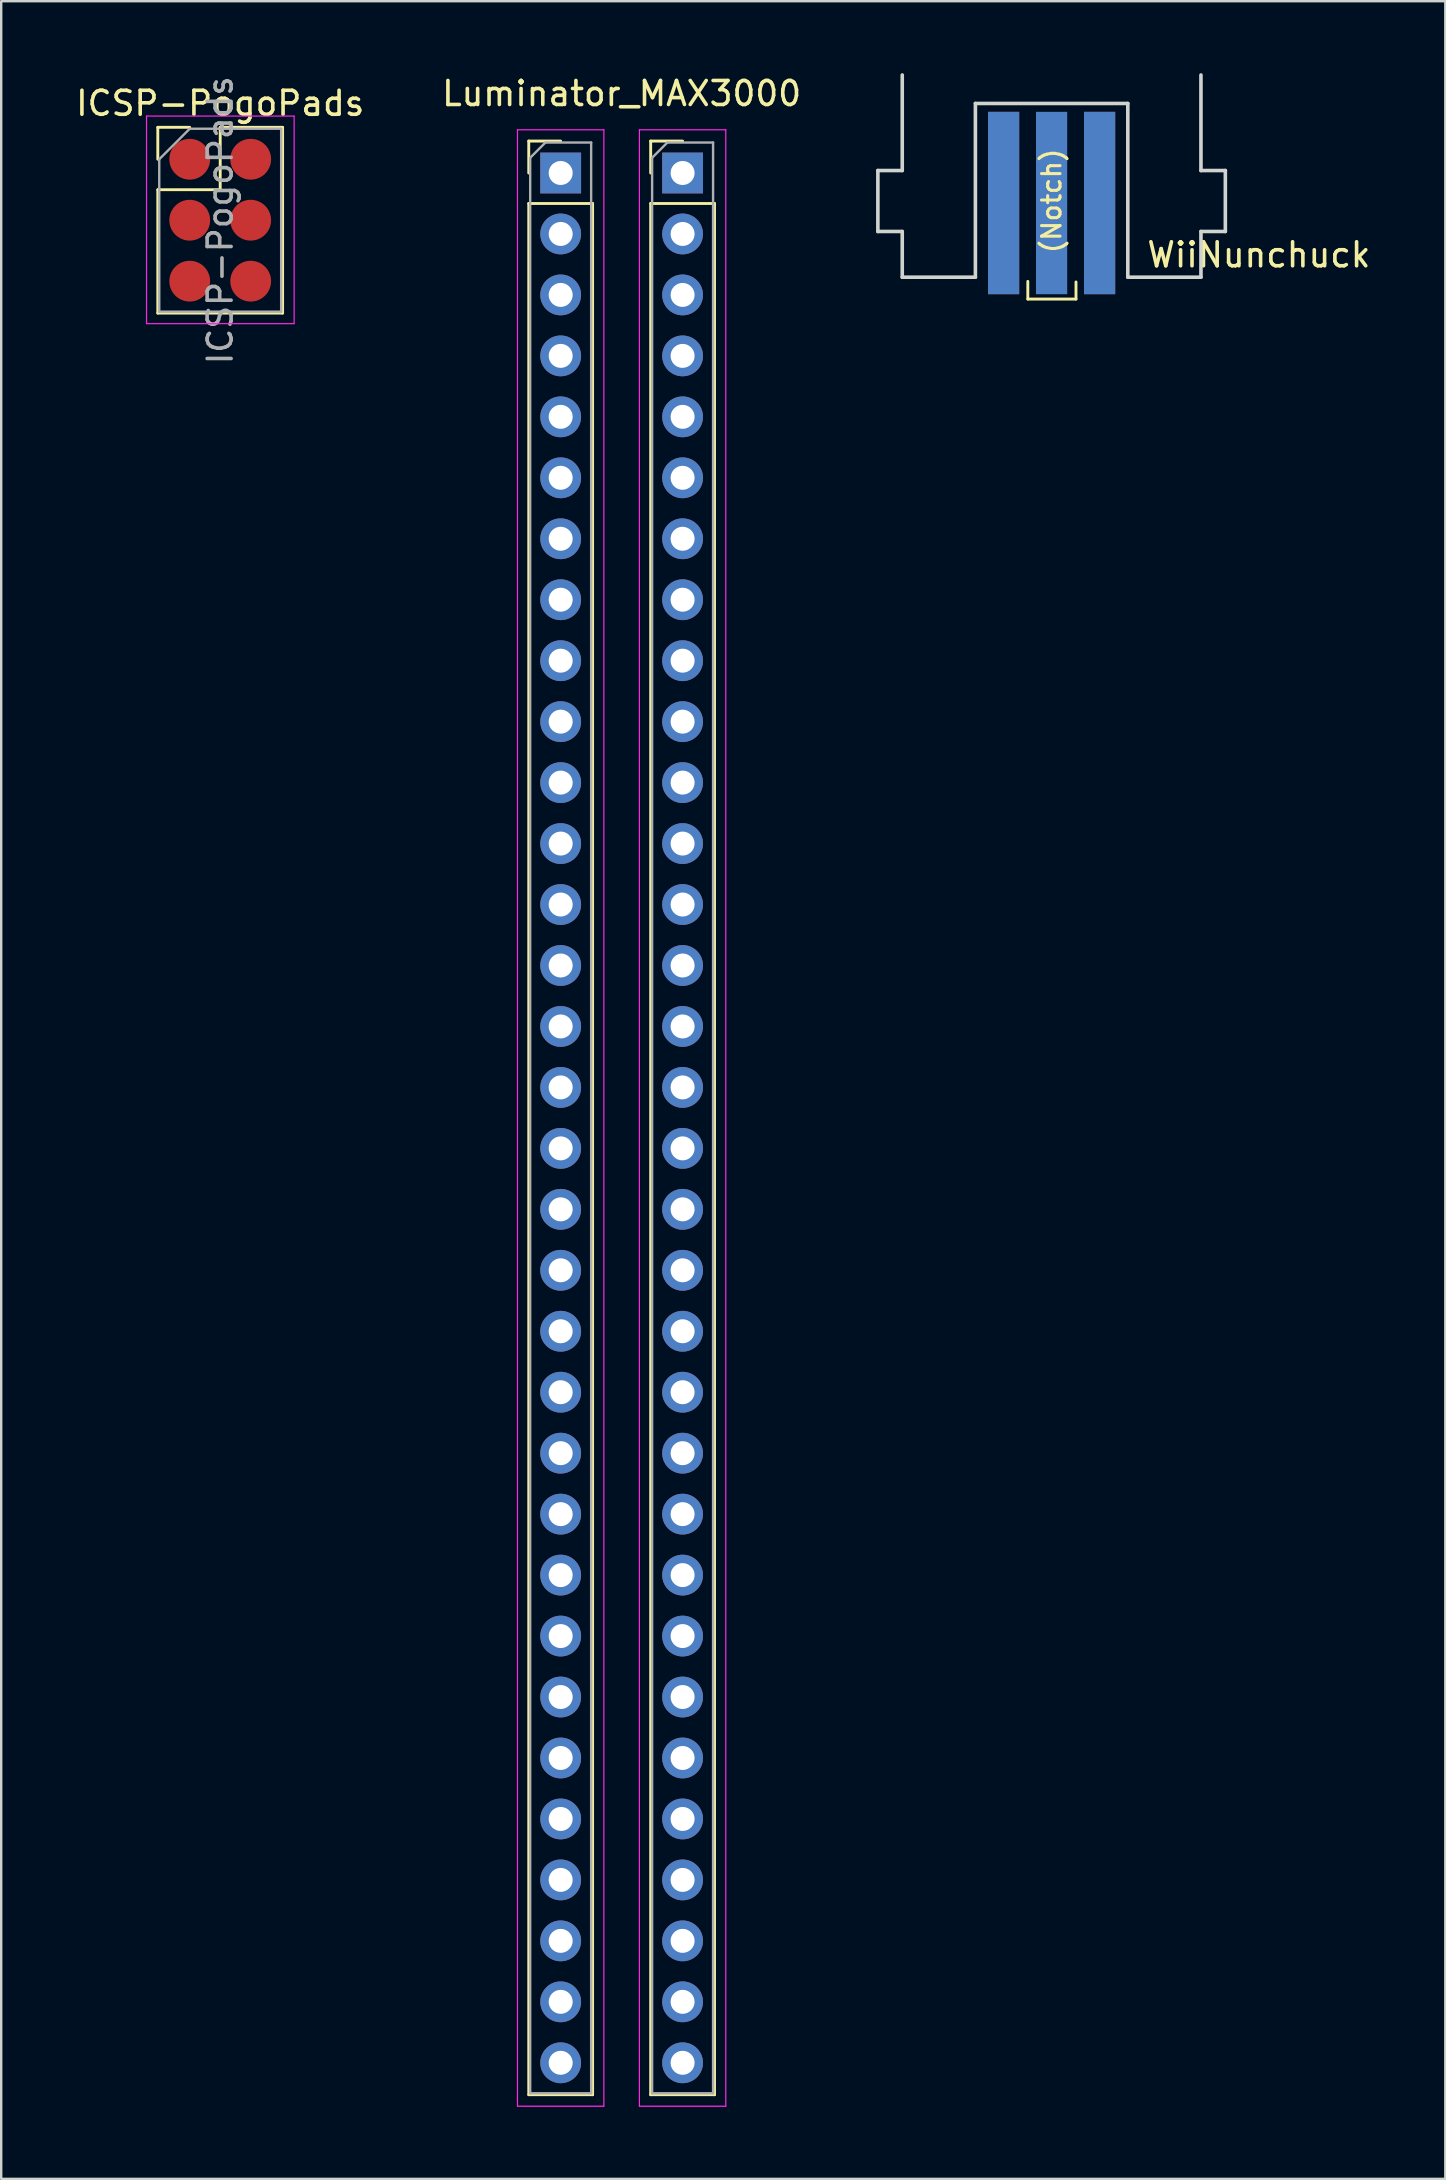
<source format=kicad_pcb>
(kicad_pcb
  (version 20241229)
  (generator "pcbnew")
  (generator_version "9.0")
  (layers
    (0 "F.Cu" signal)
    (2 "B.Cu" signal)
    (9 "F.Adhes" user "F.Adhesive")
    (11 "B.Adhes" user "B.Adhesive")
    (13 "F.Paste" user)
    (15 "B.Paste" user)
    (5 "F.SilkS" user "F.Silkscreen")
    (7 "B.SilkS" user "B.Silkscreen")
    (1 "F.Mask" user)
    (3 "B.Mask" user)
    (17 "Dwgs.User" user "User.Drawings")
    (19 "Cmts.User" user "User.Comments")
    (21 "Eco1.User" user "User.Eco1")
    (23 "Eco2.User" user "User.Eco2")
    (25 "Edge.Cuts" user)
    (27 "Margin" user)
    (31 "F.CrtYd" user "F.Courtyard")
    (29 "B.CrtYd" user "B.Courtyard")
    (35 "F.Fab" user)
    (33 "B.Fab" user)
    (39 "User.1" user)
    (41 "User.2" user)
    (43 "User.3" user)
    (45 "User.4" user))
  (footprint "Luminator_MAX3000"
    (layer "F.Cu")
    (at 22.851 43.528)
    (property "Reference" "Luminator_MAX3000" (at 0 -42.68 0) (layer "F.SilkS") (effects (font (size 1 1) (thickness 0.15))))
    (attr through_hole)
    (fp_line (start -3.87 -40.7) (end -2.54 -40.7) (stroke (width 0.12) (type solid)) (layer "F.SilkS"))
    (fp_line (start -3.87 -39.37) (end -3.87 -40.7) (stroke (width 0.12) (type solid)) (layer "F.SilkS"))
    (fp_line (start -3.87 -38.1) (end -3.87 40.7) (stroke (width 0.12) (type solid)) (layer "F.SilkS"))
    (fp_line (start -3.87 -38.1) (end -1.21 -38.1) (stroke (width 0.12) (type solid)) (layer "F.SilkS"))
    (fp_line (start -3.87 40.7) (end -1.21 40.7) (stroke (width 0.12) (type solid)) (layer "F.SilkS"))
    (fp_line (start -1.21 -38.1) (end -1.21 40.7) (stroke (width 0.12) (type solid)) (layer "F.SilkS"))
    (fp_line (start 1.21 -40.7) (end 2.54 -40.7) (stroke (width 0.12) (type solid)) (layer "F.SilkS"))
    (fp_line (start 1.21 -39.37) (end 1.21 -40.7) (stroke (width 0.12) (type solid)) (layer "F.SilkS"))
    (fp_line (start 1.21 -38.1) (end 1.21 40.7) (stroke (width 0.12) (type solid)) (layer "F.SilkS"))
    (fp_line (start 1.21 -38.1) (end 3.87 -38.1) (stroke (width 0.12) (type solid)) (layer "F.SilkS"))
    (fp_line (start 1.21 40.7) (end 3.87 40.7) (stroke (width 0.12) (type solid)) (layer "F.SilkS"))
    (fp_line (start 3.87 -38.1) (end 3.87 40.7) (stroke (width 0.12) (type solid)) (layer "F.SilkS"))
    (fp_line (start -4.34 -41.17) (end -4.34 41.18) (stroke (width 0.05) (type solid)) (layer "F.CrtYd"))
    (fp_line (start -4.34 41.18) (end -0.74 41.18) (stroke (width 0.05) (type solid)) (layer "F.CrtYd"))
    (fp_line (start -0.74 -41.17) (end -4.34 -41.17) (stroke (width 0.05) (type solid)) (layer "F.CrtYd"))
    (fp_line (start -0.74 41.18) (end -0.74 -41.17) (stroke (width 0.05) (type solid)) (layer "F.CrtYd"))
    (fp_line (start 0.74 -41.17) (end 0.74 41.18) (stroke (width 0.05) (type solid)) (layer "F.CrtYd"))
    (fp_line (start 0.74 41.18) (end 4.34 41.18) (stroke (width 0.05) (type solid)) (layer "F.CrtYd"))
    (fp_line (start 4.34 -41.17) (end 0.74 -41.17) (stroke (width 0.05) (type solid)) (layer "F.CrtYd"))
    (fp_line (start 4.34 41.18) (end 4.34 -41.17) (stroke (width 0.05) (type solid)) (layer "F.CrtYd"))
    (fp_line (start -3.81 -40.005) (end -3.175 -40.64) (stroke (width 0.1) (type solid)) (layer "F.Fab"))
    (fp_line (start -3.81 40.64) (end -3.81 -40.005) (stroke (width 0.1) (type solid)) (layer "F.Fab"))
    (fp_line (start -3.175 -40.64) (end -1.27 -40.64) (stroke (width 0.1) (type solid)) (layer "F.Fab"))
    (fp_line (start -1.27 -40.64) (end -1.27 40.64) (stroke (width 0.1) (type solid)) (layer "F.Fab"))
    (fp_line (start -1.27 40.64) (end -3.81 40.64) (stroke (width 0.1) (type solid)) (layer "F.Fab"))
    (fp_line (start 1.27 -40.005) (end 1.905 -40.64) (stroke (width 0.1) (type solid)) (layer "F.Fab"))
    (fp_line (start 1.27 40.64) (end 1.27 -40.005) (stroke (width 0.1) (type solid)) (layer "F.Fab"))
    (fp_line (start 1.905 -40.64) (end 3.81 -40.64) (stroke (width 0.1) (type solid)) (layer "F.Fab"))
    (fp_line (start 3.81 -40.64) (end 3.81 40.64) (stroke (width 0.1) (type solid)) (layer "F.Fab"))
    (fp_line (start 3.81 40.64) (end 1.27 40.64) (stroke (width 0.1) (type solid)) (layer "F.Fab"))
    (pad "1" thru_hole rect (at -2.54 -39.37) (size 1.7 1.7) (drill 1) (layers "*.Cu" "*.Mask"))
    (pad "2" thru_hole rect (at 2.54 -39.37) (size 1.7 1.7) (drill 1) (layers "*.Cu" "*.Mask"))
    (pad "3" thru_hole oval (at -2.54 -36.83) (size 1.7 1.7) (drill 1) (layers "*.Cu" "*.Mask"))
    (pad "4" thru_hole oval (at 2.54 -36.83) (size 1.7 1.7) (drill 1) (layers "*.Cu" "*.Mask"))
    (pad "5" thru_hole oval (at -2.54 -34.29) (size 1.7 1.7) (drill 1) (layers "*.Cu" "*.Mask"))
    (pad "6" thru_hole oval (at 2.54 -34.29) (size 1.7 1.7) (drill 1) (layers "*.Cu" "*.Mask"))
    (pad "7" thru_hole oval (at -2.54 -31.75) (size 1.7 1.7) (drill 1) (layers "*.Cu" "*.Mask"))
    (pad "8" thru_hole oval (at 2.54 -31.75) (size 1.7 1.7) (drill 1) (layers "*.Cu" "*.Mask"))
    (pad "9" thru_hole oval (at -2.54 -29.21) (size 1.7 1.7) (drill 1) (layers "*.Cu" "*.Mask"))
    (pad "10" thru_hole oval (at 2.54 -29.21) (size 1.7 1.7) (drill 1) (layers "*.Cu" "*.Mask"))
    (pad "11" thru_hole oval (at -2.54 -26.67) (size 1.7 1.7) (drill 1) (layers "*.Cu" "*.Mask"))
    (pad "12" thru_hole oval (at 2.54 -26.67) (size 1.7 1.7) (drill 1) (layers "*.Cu" "*.Mask"))
    (pad "13" thru_hole oval (at -2.54 -24.13) (size 1.7 1.7) (drill 1) (layers "*.Cu" "*.Mask"))
    (pad "14" thru_hole oval (at 2.54 -24.13) (size 1.7 1.7) (drill 1) (layers "*.Cu" "*.Mask"))
    (pad "15" thru_hole oval (at -2.54 -21.59) (size 1.7 1.7) (drill 1) (layers "*.Cu" "*.Mask"))
    (pad "16" thru_hole oval (at 2.54 -21.59) (size 1.7 1.7) (drill 1) (layers "*.Cu" "*.Mask"))
    (pad "17" thru_hole oval (at -2.54 -19.05) (size 1.7 1.7) (drill 1) (layers "*.Cu" "*.Mask"))
    (pad "18" thru_hole oval (at 2.54 -19.05) (size 1.7 1.7) (drill 1) (layers "*.Cu" "*.Mask"))
    (pad "19" thru_hole oval (at -2.54 -16.51) (size 1.7 1.7) (drill 1) (layers "*.Cu" "*.Mask"))
    (pad "20" thru_hole oval (at 2.54 -16.51) (size 1.7 1.7) (drill 1) (layers "*.Cu" "*.Mask"))
    (pad "21" thru_hole oval (at -2.54 -13.97) (size 1.7 1.7) (drill 1) (layers "*.Cu" "*.Mask"))
    (pad "22" thru_hole oval (at 2.54 -13.97) (size 1.7 1.7) (drill 1) (layers "*.Cu" "*.Mask"))
    (pad "23" thru_hole oval (at -2.54 -11.43) (size 1.7 1.7) (drill 1) (layers "*.Cu" "*.Mask"))
    (pad "24" thru_hole oval (at 2.54 -11.43) (size 1.7 1.7) (drill 1) (layers "*.Cu" "*.Mask"))
    (pad "25" thru_hole oval (at -2.54 -8.89) (size 1.7 1.7) (drill 1) (layers "*.Cu" "*.Mask"))
    (pad "26" thru_hole oval (at 2.54 -8.89) (size 1.7 1.7) (drill 1) (layers "*.Cu" "*.Mask"))
    (pad "27" thru_hole oval (at -2.54 -6.35) (size 1.7 1.7) (drill 1) (layers "*.Cu" "*.Mask"))
    (pad "28" thru_hole oval (at 2.54 -6.35) (size 1.7 1.7) (drill 1) (layers "*.Cu" "*.Mask"))
    (pad "29" thru_hole oval (at -2.54 -3.81) (size 1.7 1.7) (drill 1) (layers "*.Cu" "*.Mask"))
    (pad "30" thru_hole oval (at 2.54 -3.81) (size 1.7 1.7) (drill 1) (layers "*.Cu" "*.Mask"))
    (pad "31" thru_hole oval (at -2.54 -1.27) (size 1.7 1.7) (drill 1) (layers "*.Cu" "*.Mask"))
    (pad "32" thru_hole oval (at 2.54 -1.27) (size 1.7 1.7) (drill 1) (layers "*.Cu" "*.Mask"))
    (pad "33" thru_hole oval (at -2.54 1.27) (size 1.7 1.7) (drill 1) (layers "*.Cu" "*.Mask"))
    (pad "34" thru_hole oval (at 2.54 1.27) (size 1.7 1.7) (drill 1) (layers "*.Cu" "*.Mask"))
    (pad "35" thru_hole oval (at -2.54 3.81) (size 1.7 1.7) (drill 1) (layers "*.Cu" "*.Mask"))
    (pad "36" thru_hole oval (at 2.54 3.81) (size 1.7 1.7) (drill 1) (layers "*.Cu" "*.Mask"))
    (pad "37" thru_hole oval (at -2.54 6.35) (size 1.7 1.7) (drill 1) (layers "*.Cu" "*.Mask"))
    (pad "38" thru_hole oval (at 2.54 6.35) (size 1.7 1.7) (drill 1) (layers "*.Cu" "*.Mask"))
    (pad "39" thru_hole oval (at -2.54 8.89) (size 1.7 1.7) (drill 1) (layers "*.Cu" "*.Mask"))
    (pad "40" thru_hole oval (at 2.54 8.89) (size 1.7 1.7) (drill 1) (layers "*.Cu" "*.Mask"))
    (pad "41" thru_hole oval (at -2.54 11.43) (size 1.7 1.7) (drill 1) (layers "*.Cu" "*.Mask"))
    (pad "42" thru_hole oval (at 2.54 11.43) (size 1.7 1.7) (drill 1) (layers "*.Cu" "*.Mask"))
    (pad "43" thru_hole oval (at -2.54 13.97) (size 1.7 1.7) (drill 1) (layers "*.Cu" "*.Mask"))
    (pad "44" thru_hole oval (at 2.54 13.97) (size 1.7 1.7) (drill 1) (layers "*.Cu" "*.Mask"))
    (pad "45" thru_hole oval (at -2.54 16.51) (size 1.7 1.7) (drill 1) (layers "*.Cu" "*.Mask"))
    (pad "46" thru_hole oval (at 2.54 16.51) (size 1.7 1.7) (drill 1) (layers "*.Cu" "*.Mask"))
    (pad "47" thru_hole oval (at -2.54 19.05) (size 1.7 1.7) (drill 1) (layers "*.Cu" "*.Mask"))
    (pad "48" thru_hole oval (at 2.54 19.05) (size 1.7 1.7) (drill 1) (layers "*.Cu" "*.Mask"))
    (pad "49" thru_hole oval (at -2.54 21.59) (size 1.7 1.7) (drill 1) (layers "*.Cu" "*.Mask"))
    (pad "50" thru_hole oval (at 2.54 21.59) (size 1.7 1.7) (drill 1) (layers "*.Cu" "*.Mask"))
    (pad "51" thru_hole oval (at -2.54 24.13) (size 1.7 1.7) (drill 1) (layers "*.Cu" "*.Mask"))
    (pad "52" thru_hole oval (at 2.54 24.13) (size 1.7 1.7) (drill 1) (layers "*.Cu" "*.Mask"))
    (pad "53" thru_hole oval (at -2.54 26.67) (size 1.7 1.7) (drill 1) (layers "*.Cu" "*.Mask"))
    (pad "54" thru_hole oval (at 2.54 26.67) (size 1.7 1.7) (drill 1) (layers "*.Cu" "*.Mask"))
    (pad "55" thru_hole oval (at -2.54 29.21) (size 1.7 1.7) (drill 1) (layers "*.Cu" "*.Mask"))
    (pad "56" thru_hole oval (at 2.54 29.21) (size 1.7 1.7) (drill 1) (layers "*.Cu" "*.Mask"))
    (pad "57" thru_hole oval (at -2.54 31.75) (size 1.7 1.7) (drill 1) (layers "*.Cu" "*.Mask"))
    (pad "58" thru_hole oval (at 2.54 31.75) (size 1.7 1.7) (drill 1) (layers "*.Cu" "*.Mask"))
    (pad "59" thru_hole oval (at -2.54 34.29) (size 1.7 1.7) (drill 1) (layers "*.Cu" "*.Mask"))
    (pad "60" thru_hole oval (at 2.54 34.29) (size 1.7 1.7) (drill 1) (layers "*.Cu" "*.Mask"))
    (pad "61" thru_hole oval (at -2.54 36.83) (size 1.7 1.7) (drill 1) (layers "*.Cu" "*.Mask"))
    (pad "62" thru_hole oval (at 2.54 36.83) (size 1.7 1.7) (drill 1) (layers "*.Cu" "*.Mask"))
    (pad "63" thru_hole oval (at -2.54 39.37) (size 1.7 1.7) (drill 1) (layers "*.Cu" "*.Mask"))
    (pad "64" thru_hole oval (at 2.54 39.37) (size 1.7 1.7) (drill 1) (layers "*.Cu" "*.Mask")))
  (footprint "ICSP-PogoPads"
    (layer "F.Cu")
    (at 4.855 3.585)
    (property "Reference" "ICSP-PogoPads" (at 1.27 -2.33 0) (layer "F.SilkS") (effects (font (size 1 1) (thickness 0.15))))
    (attr smd exclude_from_pos_files exclude_from_bom)
    (fp_line (start -1.33 -1.33) (end 0 -1.33) (stroke (width 0.12) (type solid)) (layer "F.SilkS"))
    (fp_line (start -1.33 0) (end -1.33 -1.33) (stroke (width 0.12) (type solid)) (layer "F.SilkS"))
    (fp_line (start -1.33 1.27) (end -1.33 6.41) (stroke (width 0.12) (type solid)) (layer "F.SilkS"))
    (fp_line (start -1.33 1.27) (end 1.27 1.27) (stroke (width 0.12) (type solid)) (layer "F.SilkS"))
    (fp_line (start -1.33 6.41) (end 3.87 6.41) (stroke (width 0.12) (type solid)) (layer "F.SilkS"))
    (fp_line (start 1.27 -1.33) (end 3.87 -1.33) (stroke (width 0.12) (type solid)) (layer "F.SilkS"))
    (fp_line (start 1.27 1.27) (end 1.27 -1.33) (stroke (width 0.12) (type solid)) (layer "F.SilkS"))
    (fp_line (start 3.87 -1.33) (end 3.87 6.41) (stroke (width 0.12) (type solid)) (layer "F.SilkS"))
    (fp_line (start -1.8 -1.8) (end -1.8 6.85) (stroke (width 0.05) (type solid)) (layer "F.CrtYd"))
    (fp_line (start -1.8 6.85) (end 4.35 6.85) (stroke (width 0.05) (type solid)) (layer "F.CrtYd"))
    (fp_line (start 4.35 -1.8) (end -1.8 -1.8) (stroke (width 0.05) (type solid)) (layer "F.CrtYd"))
    (fp_line (start 4.35 6.85) (end 4.35 -1.8) (stroke (width 0.05) (type solid)) (layer "F.CrtYd"))
    (fp_line (start -1.27 0) (end 0 -1.27) (stroke (width 0.1) (type solid)) (layer "F.Fab"))
    (fp_line (start -1.27 6.35) (end -1.27 0) (stroke (width 0.1) (type solid)) (layer "F.Fab"))
    (fp_line (start 0 -1.27) (end 3.81 -1.27) (stroke (width 0.1) (type solid)) (layer "F.Fab"))
    (fp_line (start 3.81 -1.27) (end 3.81 6.35) (stroke (width 0.1) (type solid)) (layer "F.Fab"))
    (fp_line (start 3.81 6.35) (end -1.27 6.35) (stroke (width 0.1) (type solid)) (layer "F.Fab"))
    (fp_text user "${REFERENCE}" (at 1.27 2.54 90) (layer "F.Fab") (effects (font (size 1 1) (thickness 0.15))))
    (pad "1" smd circle (at 0 0) (size 1.7 1.7) (layers "F.Cu" "F.Mask"))
    (pad "2" smd oval (at 2.54 0) (size 1.7 1.7) (layers "F.Cu" "F.Mask"))
    (pad "3" smd oval (at 0 2.54) (size 1.7 1.7) (layers "F.Cu" "F.Mask"))
    (pad "4" smd oval (at 2.54 2.54) (size 1.7 1.7) (layers "F.Cu" "F.Mask"))
    (pad "5" smd oval (at 0 5.08) (size 1.7 1.7) (layers "F.Cu" "F.Mask"))
    (pad "6" smd oval (at 2.54 5.08) (size 1.7 1.7) (layers "F.Cu" "F.Mask")))
  (footprint "WiiNunchuck"
    (layer "F.Cu")
    (at 40.766 5.409)
    (property "Reference" "WiiNunchuck" (at 8.636 2.159 0) (layer "F.SilkS") (effects (font (size 1 1) (thickness 0.15))))
    (attr through_hole exclude_from_pos_files exclude_from_bom)
    (fp_line (start -0.991 3.265) (end -0.991 4.002) (stroke (width 0.12) (type solid)) (layer "F.SilkS"))
    (fp_line (start -0.991 4.002) (end 1.016 4.002) (stroke (width 0.12) (type solid)) (layer "F.SilkS"))
    (fp_line (start 1.016 4.002) (end 1.016 3.29) (stroke (width 0.12) (type solid)) (layer "F.SilkS"))
    (fp_line (start -7.239 -1.354) (end -6.223 -1.354) (stroke (width 0.15) (type solid)) (layer "Edge.Cuts"))
    (fp_line (start -7.239 1.186) (end -7.239 -1.354) (stroke (width 0.15) (type solid)) (layer "Edge.Cuts"))
    (fp_line (start -6.223 -1.354) (end -6.223 -5.334) (stroke (width 0.15) (type solid)) (layer "Edge.Cuts"))
    (fp_line (start -6.223 1.186) (end -7.239 1.186) (stroke (width 0.15) (type solid)) (layer "Edge.Cuts"))
    (fp_line (start -6.223 1.186) (end -6.223 3.091) (stroke (width 0.15) (type solid)) (layer "Edge.Cuts"))
    (fp_line (start -6.223 3.091) (end -3.175 3.091) (stroke (width 0.15) (type solid)) (layer "Edge.Cuts"))
    (fp_line (start -3.175 -4.148) (end 3.175 -4.148) (stroke (width 0.15) (type solid)) (layer "Edge.Cuts"))
    (fp_line (start -3.175 3.091) (end -3.175 -4.148) (stroke (width 0.15) (type solid)) (layer "Edge.Cuts"))
    (fp_line (start 3.175 3.091) (end 3.175 -4.148) (stroke (width 0.15) (type solid)) (layer "Edge.Cuts"))
    (fp_line (start 3.175 3.091) (end 6.223 3.091) (stroke (width 0.15) (type solid)) (layer "Edge.Cuts"))
    (fp_line (start 6.223 -1.354) (end 6.223 -5.334) (stroke (width 0.15) (type solid)) (layer "Edge.Cuts"))
    (fp_line (start 6.223 -1.354) (end 7.239 -1.354) (stroke (width 0.15) (type solid)) (layer "Edge.Cuts"))
    (fp_line (start 6.223 1.186) (end 6.223 3.091) (stroke (width 0.15) (type solid)) (layer "Edge.Cuts"))
    (fp_line (start 7.239 1.186) (end 6.223 1.186) (stroke (width 0.15) (type solid)) (layer "Edge.Cuts"))
    (fp_line (start 7.239 1.186) (end 7.239 -1.354) (stroke (width 0.15) (type solid)) (layer "Edge.Cuts"))
    (fp_text user "(Notch)" (at 0 -0.088 90) (layer "F.SilkS") (effects (font (size 0.771 0.771) (thickness 0.127))))
    (pad "1" smd rect (at 2 0) (size 1.3 7.599) (layers "F.Cu" "F.Mask"))
    (pad "2" smd rect (at 0 0) (size 1.3 7.599) (layers "B.Cu" "B.Mask"))
    (pad "3" smd rect (at -2 0) (size 1.3 7.599) (layers "F.Cu" "F.Mask"))
    (pad "4" smd rect (at -2 0) (size 1.3 7.599) (layers "B.Cu" "B.Mask"))
    (pad "5" smd rect (at 2 0) (size 1.3 7.599) (layers "B.Cu" "B.Mask")))
  (gr_rect
    (start -3 -3)
    (end 57.17 87.733)
    (stroke (width 0.1) (type default))
    (fill no)
    (layer "Edge.Cuts")))
</source>
